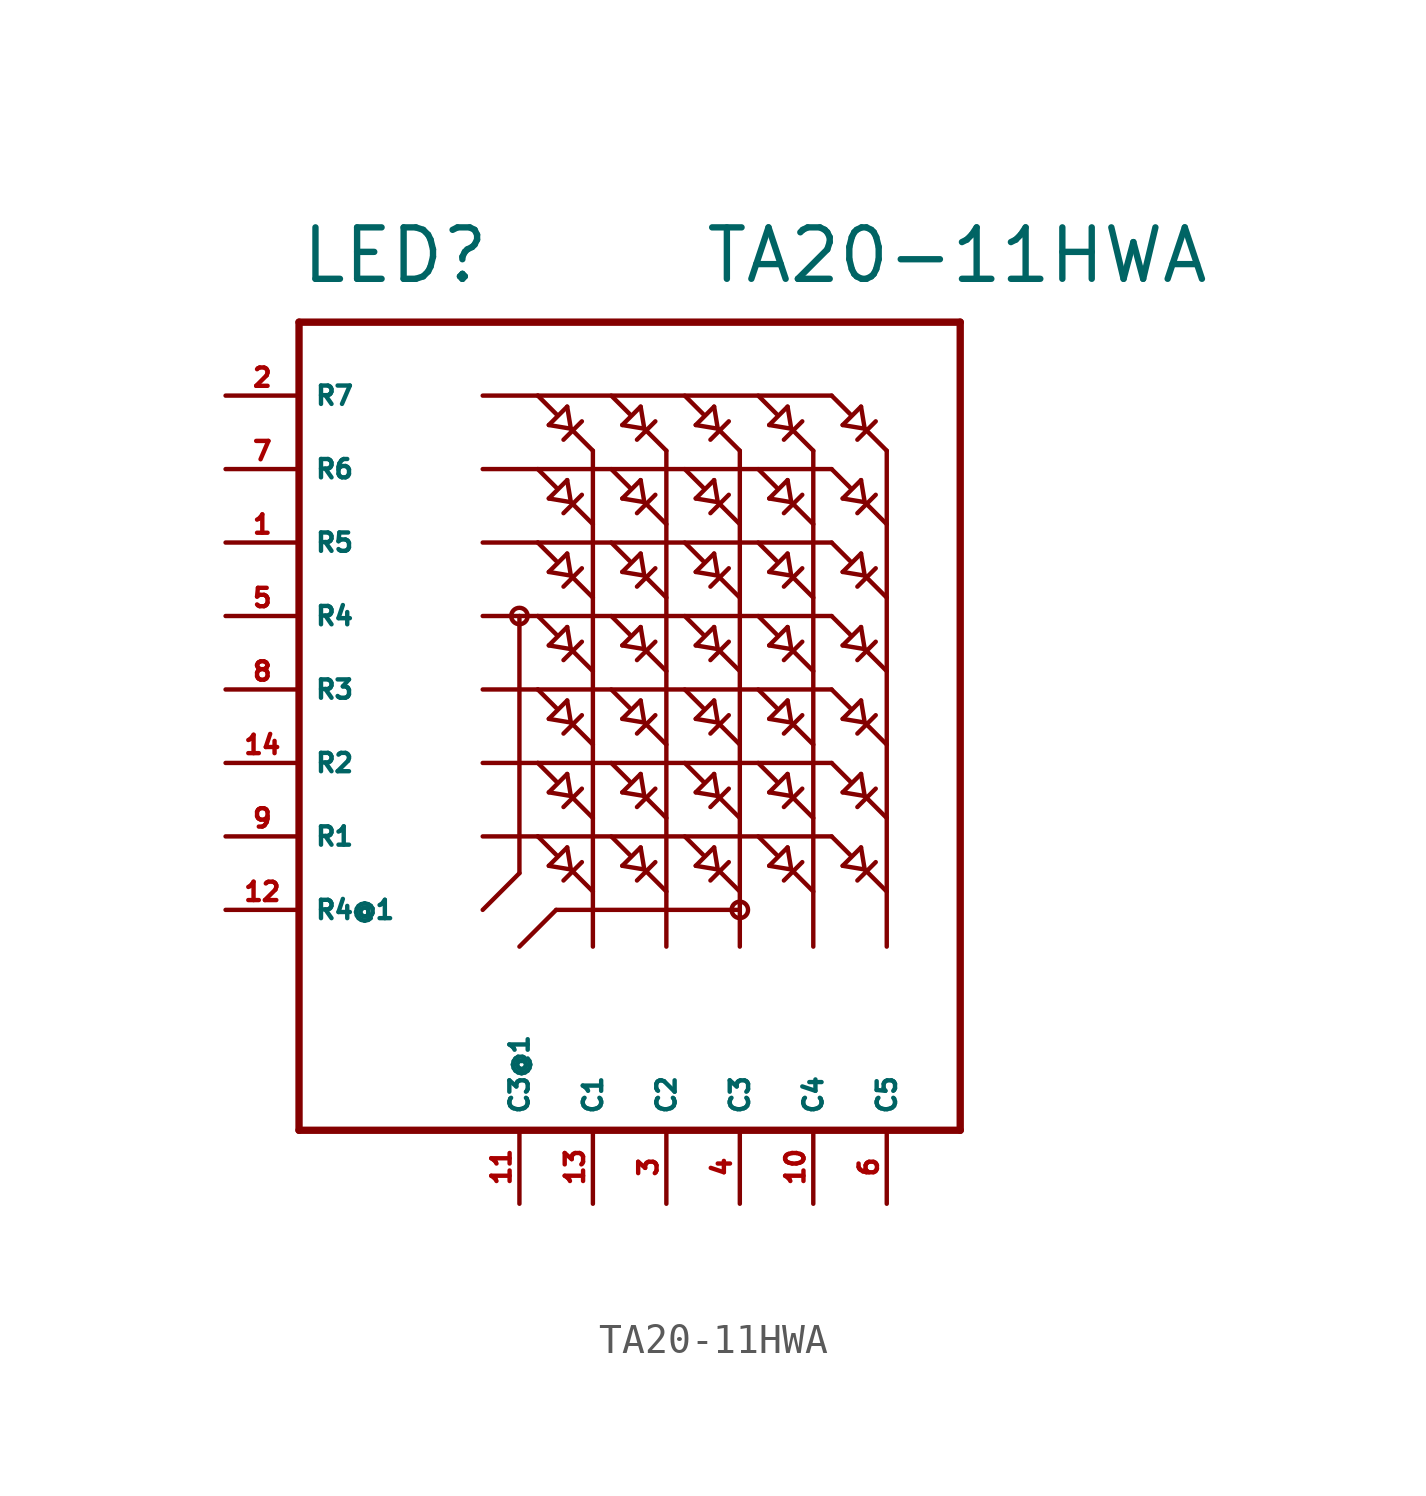
<source format=kicad_sym>
(kicad_symbol_lib
  (version 20220914)
  (generator Eagle2Kicad)
  (symbol "TA20-11HWA"
    (property "Reference" "LED"
      (at -12.7 13.97 0)
      (effects (font (size 1.778 1.778) (thickness 0.22)) (justify left bottom)))
    (property "Value" "TA20-11HWA"
      (at 1.27 13.97 0)
      (effects (font (size 1.778 1.778) (thickness 0.22)) (justify left bottom)))
    (polyline
      (pts (xy -6.35 10.16) (xy -4.445 10.16))
      (stroke (width 0.152) (type default))
      (fill (type none)))
    (polyline
      (pts (xy -4.445 10.16) (xy 5.715 10.16))
      (stroke (width 0.152) (type default))
      (fill (type none)))
    (polyline
      (pts (xy -3.302 9.017) (xy -2.54 8.255))
      (stroke (width 0.152) (type default))
      (fill (type none)))
    (polyline
      (pts (xy -3.556 8.636) (xy -2.921 9.271))
      (stroke (width 0.152) (type default))
      (fill (type none)))
    (polyline
      (pts (xy -3.429 9.779) (xy -4.064 9.144))
      (stroke (width 0.152) (type default))
      (fill (type none)))
    (polyline
      (pts (xy -4.064 9.144) (xy -3.302 9.017))
      (stroke (width 0.152) (type default))
      (fill (type none)))
    (polyline
      (pts (xy -3.302 9.017) (xy -3.429 9.779))
      (stroke (width 0.152) (type default))
      (fill (type none)))
    (polyline
      (pts (xy -4.445 10.16) (xy -3.81 9.525))
      (stroke (width 0.152) (type default))
      (fill (type none)))
    (polyline
      (pts (xy -2.54 8.255) (xy -2.54 -8.89))
      (stroke (width 0.152) (type default))
      (fill (type none)))
    (polyline
      (pts (xy -12.7 -15.24) (xy 10.16 -15.24))
      (stroke (width 0.254) (type default))
      (fill (type none)))
    (polyline
      (pts (xy 10.16 -15.24) (xy 10.16 12.7))
      (stroke (width 0.254) (type default))
      (fill (type none)))
    (polyline
      (pts (xy 10.16 12.7) (xy -12.7 12.7))
      (stroke (width 0.254) (type default))
      (fill (type none)))
    (polyline
      (pts (xy -12.7 12.7) (xy -12.7 -15.24))
      (stroke (width 0.254) (type default))
      (fill (type none)))
    (polyline
      (pts (xy -0.762 9.017) (xy 0 8.255))
      (stroke (width 0.152) (type default))
      (fill (type none)))
    (polyline
      (pts (xy -1.016 8.636) (xy -0.381 9.271))
      (stroke (width 0.152) (type default))
      (fill (type none)))
    (polyline
      (pts (xy -0.889 9.779) (xy -1.524 9.144))
      (stroke (width 0.152) (type default))
      (fill (type none)))
    (polyline
      (pts (xy -1.524 9.144) (xy -0.762 9.017))
      (stroke (width 0.152) (type default))
      (fill (type none)))
    (polyline
      (pts (xy -0.762 9.017) (xy -0.889 9.779))
      (stroke (width 0.152) (type default))
      (fill (type none)))
    (polyline
      (pts (xy -1.905 10.16) (xy -1.27 9.525))
      (stroke (width 0.152) (type default))
      (fill (type none)))
    (polyline
      (pts (xy 0 8.255) (xy 0 -8.89))
      (stroke (width 0.152) (type default))
      (fill (type none)))
    (polyline
      (pts (xy 1.778 9.017) (xy 2.54 8.255))
      (stroke (width 0.152) (type default))
      (fill (type none)))
    (polyline
      (pts (xy 1.524 8.636) (xy 2.159 9.271))
      (stroke (width 0.152) (type default))
      (fill (type none)))
    (polyline
      (pts (xy 1.651 9.779) (xy 1.016 9.144))
      (stroke (width 0.152) (type default))
      (fill (type none)))
    (polyline
      (pts (xy 1.016 9.144) (xy 1.778 9.017))
      (stroke (width 0.152) (type default))
      (fill (type none)))
    (polyline
      (pts (xy 1.778 9.017) (xy 1.651 9.779))
      (stroke (width 0.152) (type default))
      (fill (type none)))
    (polyline
      (pts (xy 0.635 10.16) (xy 1.27 9.525))
      (stroke (width 0.152) (type default))
      (fill (type none)))
    (polyline
      (pts (xy 2.54 8.255) (xy 2.54 -7.62))
      (stroke (width 0.152) (type default))
      (fill (type none)))
    (polyline
      (pts (xy 2.54 -7.62) (xy 2.54 -8.89))
      (stroke (width 0.152) (type default))
      (fill (type none)))
    (polyline
      (pts (xy 4.318 9.017) (xy 5.08 8.255))
      (stroke (width 0.152) (type default))
      (fill (type none)))
    (polyline
      (pts (xy 4.064 8.636) (xy 4.699 9.271))
      (stroke (width 0.152) (type default))
      (fill (type none)))
    (polyline
      (pts (xy 4.191 9.779) (xy 3.556 9.144))
      (stroke (width 0.152) (type default))
      (fill (type none)))
    (polyline
      (pts (xy 3.556 9.144) (xy 4.318 9.017))
      (stroke (width 0.152) (type default))
      (fill (type none)))
    (polyline
      (pts (xy 4.318 9.017) (xy 4.191 9.779))
      (stroke (width 0.152) (type default))
      (fill (type none)))
    (polyline
      (pts (xy 3.175 10.16) (xy 3.81 9.525))
      (stroke (width 0.152) (type default))
      (fill (type none)))
    (polyline
      (pts (xy 5.08 8.255) (xy 5.08 -8.89))
      (stroke (width 0.152) (type default))
      (fill (type none)))
    (polyline
      (pts (xy 6.858 9.017) (xy 7.62 8.255))
      (stroke (width 0.152) (type default))
      (fill (type none)))
    (polyline
      (pts (xy 6.604 8.636) (xy 7.239 9.271))
      (stroke (width 0.152) (type default))
      (fill (type none)))
    (polyline
      (pts (xy 6.731 9.779) (xy 6.096 9.144))
      (stroke (width 0.152) (type default))
      (fill (type none)))
    (polyline
      (pts (xy 6.096 9.144) (xy 6.858 9.017))
      (stroke (width 0.152) (type default))
      (fill (type none)))
    (polyline
      (pts (xy 6.858 9.017) (xy 6.731 9.779))
      (stroke (width 0.152) (type default))
      (fill (type none)))
    (polyline
      (pts (xy 5.715 10.16) (xy 6.35 9.525))
      (stroke (width 0.152) (type default))
      (fill (type none)))
    (polyline
      (pts (xy 7.62 8.255) (xy 7.62 -8.89))
      (stroke (width 0.152) (type default))
      (fill (type none)))
    (polyline
      (pts (xy -6.35 7.62) (xy -4.445 7.62))
      (stroke (width 0.152) (type default))
      (fill (type none)))
    (polyline
      (pts (xy -4.445 7.62) (xy 5.715 7.62))
      (stroke (width 0.152) (type default))
      (fill (type none)))
    (polyline
      (pts (xy -3.302 6.477) (xy -2.54 5.715))
      (stroke (width 0.152) (type default))
      (fill (type none)))
    (polyline
      (pts (xy -3.556 6.096) (xy -2.921 6.731))
      (stroke (width 0.152) (type default))
      (fill (type none)))
    (polyline
      (pts (xy -3.429 7.239) (xy -4.064 6.604))
      (stroke (width 0.152) (type default))
      (fill (type none)))
    (polyline
      (pts (xy -4.064 6.604) (xy -3.302 6.477))
      (stroke (width 0.152) (type default))
      (fill (type none)))
    (polyline
      (pts (xy -3.302 6.477) (xy -3.429 7.239))
      (stroke (width 0.152) (type default))
      (fill (type none)))
    (polyline
      (pts (xy -4.445 7.62) (xy -3.81 6.985))
      (stroke (width 0.152) (type default))
      (fill (type none)))
    (polyline
      (pts (xy -0.762 6.477) (xy 0 5.715))
      (stroke (width 0.152) (type default))
      (fill (type none)))
    (polyline
      (pts (xy -1.016 6.096) (xy -0.381 6.731))
      (stroke (width 0.152) (type default))
      (fill (type none)))
    (polyline
      (pts (xy -0.889 7.239) (xy -1.524 6.604))
      (stroke (width 0.152) (type default))
      (fill (type none)))
    (polyline
      (pts (xy -1.524 6.604) (xy -0.762 6.477))
      (stroke (width 0.152) (type default))
      (fill (type none)))
    (polyline
      (pts (xy -0.762 6.477) (xy -0.889 7.239))
      (stroke (width 0.152) (type default))
      (fill (type none)))
    (polyline
      (pts (xy -1.905 7.62) (xy -1.27 6.985))
      (stroke (width 0.152) (type default))
      (fill (type none)))
    (polyline
      (pts (xy 1.778 6.477) (xy 2.54 5.715))
      (stroke (width 0.152) (type default))
      (fill (type none)))
    (polyline
      (pts (xy 1.524 6.096) (xy 2.159 6.731))
      (stroke (width 0.152) (type default))
      (fill (type none)))
    (polyline
      (pts (xy 1.651 7.239) (xy 1.016 6.604))
      (stroke (width 0.152) (type default))
      (fill (type none)))
    (polyline
      (pts (xy 1.016 6.604) (xy 1.778 6.477))
      (stroke (width 0.152) (type default))
      (fill (type none)))
    (polyline
      (pts (xy 1.778 6.477) (xy 1.651 7.239))
      (stroke (width 0.152) (type default))
      (fill (type none)))
    (polyline
      (pts (xy 0.635 7.62) (xy 1.27 6.985))
      (stroke (width 0.152) (type default))
      (fill (type none)))
    (polyline
      (pts (xy 4.318 6.477) (xy 5.08 5.715))
      (stroke (width 0.152) (type default))
      (fill (type none)))
    (polyline
      (pts (xy 4.064 6.096) (xy 4.699 6.731))
      (stroke (width 0.152) (type default))
      (fill (type none)))
    (polyline
      (pts (xy 4.191 7.239) (xy 3.556 6.604))
      (stroke (width 0.152) (type default))
      (fill (type none)))
    (polyline
      (pts (xy 3.556 6.604) (xy 4.318 6.477))
      (stroke (width 0.152) (type default))
      (fill (type none)))
    (polyline
      (pts (xy 4.318 6.477) (xy 4.191 7.239))
      (stroke (width 0.152) (type default))
      (fill (type none)))
    (polyline
      (pts (xy 3.175 7.62) (xy 3.81 6.985))
      (stroke (width 0.152) (type default))
      (fill (type none)))
    (polyline
      (pts (xy 6.858 6.477) (xy 7.62 5.715))
      (stroke (width 0.152) (type default))
      (fill (type none)))
    (polyline
      (pts (xy 6.604 6.096) (xy 7.239 6.731))
      (stroke (width 0.152) (type default))
      (fill (type none)))
    (polyline
      (pts (xy 6.731 7.239) (xy 6.096 6.604))
      (stroke (width 0.152) (type default))
      (fill (type none)))
    (polyline
      (pts (xy 6.096 6.604) (xy 6.858 6.477))
      (stroke (width 0.152) (type default))
      (fill (type none)))
    (polyline
      (pts (xy 6.858 6.477) (xy 6.731 7.239))
      (stroke (width 0.152) (type default))
      (fill (type none)))
    (polyline
      (pts (xy 5.715 7.62) (xy 6.35 6.985))
      (stroke (width 0.152) (type default))
      (fill (type none)))
    (polyline
      (pts (xy -6.35 5.08) (xy -4.445 5.08))
      (stroke (width 0.152) (type default))
      (fill (type none)))
    (polyline
      (pts (xy -4.445 5.08) (xy 5.715 5.08))
      (stroke (width 0.152) (type default))
      (fill (type none)))
    (polyline
      (pts (xy -3.302 3.937) (xy -2.54 3.175))
      (stroke (width 0.152) (type default))
      (fill (type none)))
    (polyline
      (pts (xy -3.556 3.556) (xy -2.921 4.191))
      (stroke (width 0.152) (type default))
      (fill (type none)))
    (polyline
      (pts (xy -3.429 4.699) (xy -4.064 4.064))
      (stroke (width 0.152) (type default))
      (fill (type none)))
    (polyline
      (pts (xy -4.064 4.064) (xy -3.302 3.937))
      (stroke (width 0.152) (type default))
      (fill (type none)))
    (polyline
      (pts (xy -3.302 3.937) (xy -3.429 4.699))
      (stroke (width 0.152) (type default))
      (fill (type none)))
    (polyline
      (pts (xy -4.445 5.08) (xy -3.81 4.445))
      (stroke (width 0.152) (type default))
      (fill (type none)))
    (polyline
      (pts (xy -0.762 3.937) (xy 0 3.175))
      (stroke (width 0.152) (type default))
      (fill (type none)))
    (polyline
      (pts (xy -1.016 3.556) (xy -0.381 4.191))
      (stroke (width 0.152) (type default))
      (fill (type none)))
    (polyline
      (pts (xy -0.889 4.699) (xy -1.524 4.064))
      (stroke (width 0.152) (type default))
      (fill (type none)))
    (polyline
      (pts (xy -1.524 4.064) (xy -0.762 3.937))
      (stroke (width 0.152) (type default))
      (fill (type none)))
    (polyline
      (pts (xy -0.762 3.937) (xy -0.889 4.699))
      (stroke (width 0.152) (type default))
      (fill (type none)))
    (polyline
      (pts (xy -1.905 5.08) (xy -1.27 4.445))
      (stroke (width 0.152) (type default))
      (fill (type none)))
    (polyline
      (pts (xy 1.778 3.937) (xy 2.54 3.175))
      (stroke (width 0.152) (type default))
      (fill (type none)))
    (polyline
      (pts (xy 1.524 3.556) (xy 2.159 4.191))
      (stroke (width 0.152) (type default))
      (fill (type none)))
    (polyline
      (pts (xy 1.651 4.699) (xy 1.016 4.064))
      (stroke (width 0.152) (type default))
      (fill (type none)))
    (polyline
      (pts (xy 1.016 4.064) (xy 1.778 3.937))
      (stroke (width 0.152) (type default))
      (fill (type none)))
    (polyline
      (pts (xy 1.778 3.937) (xy 1.651 4.699))
      (stroke (width 0.152) (type default))
      (fill (type none)))
    (polyline
      (pts (xy 0.635 5.08) (xy 1.27 4.445))
      (stroke (width 0.152) (type default))
      (fill (type none)))
    (polyline
      (pts (xy 4.318 3.937) (xy 5.08 3.175))
      (stroke (width 0.152) (type default))
      (fill (type none)))
    (polyline
      (pts (xy 4.064 3.556) (xy 4.699 4.191))
      (stroke (width 0.152) (type default))
      (fill (type none)))
    (polyline
      (pts (xy 4.191 4.699) (xy 3.556 4.064))
      (stroke (width 0.152) (type default))
      (fill (type none)))
    (polyline
      (pts (xy 3.556 4.064) (xy 4.318 3.937))
      (stroke (width 0.152) (type default))
      (fill (type none)))
    (polyline
      (pts (xy 4.318 3.937) (xy 4.191 4.699))
      (stroke (width 0.152) (type default))
      (fill (type none)))
    (polyline
      (pts (xy 3.175 5.08) (xy 3.81 4.445))
      (stroke (width 0.152) (type default))
      (fill (type none)))
    (polyline
      (pts (xy 6.858 3.937) (xy 7.62 3.175))
      (stroke (width 0.152) (type default))
      (fill (type none)))
    (polyline
      (pts (xy 6.604 3.556) (xy 7.239 4.191))
      (stroke (width 0.152) (type default))
      (fill (type none)))
    (polyline
      (pts (xy 6.731 4.699) (xy 6.096 4.064))
      (stroke (width 0.152) (type default))
      (fill (type none)))
    (polyline
      (pts (xy 6.096 4.064) (xy 6.858 3.937))
      (stroke (width 0.152) (type default))
      (fill (type none)))
    (polyline
      (pts (xy 6.858 3.937) (xy 6.731 4.699))
      (stroke (width 0.152) (type default))
      (fill (type none)))
    (polyline
      (pts (xy 5.715 5.08) (xy 6.35 4.445))
      (stroke (width 0.152) (type default))
      (fill (type none)))
    (polyline
      (pts (xy -6.35 2.54) (xy -5.08 2.54))
      (stroke (width 0.152) (type default))
      (fill (type none)))
    (polyline
      (pts (xy -5.08 2.54) (xy -4.445 2.54))
      (stroke (width 0.152) (type default))
      (fill (type none)))
    (polyline
      (pts (xy -4.445 2.54) (xy 5.715 2.54))
      (stroke (width 0.152) (type default))
      (fill (type none)))
    (polyline
      (pts (xy -3.302 1.397) (xy -2.54 0.635))
      (stroke (width 0.152) (type default))
      (fill (type none)))
    (polyline
      (pts (xy -3.556 1.016) (xy -2.921 1.651))
      (stroke (width 0.152) (type default))
      (fill (type none)))
    (polyline
      (pts (xy -3.429 2.159) (xy -4.064 1.524))
      (stroke (width 0.152) (type default))
      (fill (type none)))
    (polyline
      (pts (xy -4.064 1.524) (xy -3.302 1.397))
      (stroke (width 0.152) (type default))
      (fill (type none)))
    (polyline
      (pts (xy -3.302 1.397) (xy -3.429 2.159))
      (stroke (width 0.152) (type default))
      (fill (type none)))
    (polyline
      (pts (xy -4.445 2.54) (xy -3.81 1.905))
      (stroke (width 0.152) (type default))
      (fill (type none)))
    (polyline
      (pts (xy -0.762 1.397) (xy 0 0.635))
      (stroke (width 0.152) (type default))
      (fill (type none)))
    (polyline
      (pts (xy -1.016 1.016) (xy -0.381 1.651))
      (stroke (width 0.152) (type default))
      (fill (type none)))
    (polyline
      (pts (xy -0.889 2.159) (xy -1.524 1.524))
      (stroke (width 0.152) (type default))
      (fill (type none)))
    (polyline
      (pts (xy -1.524 1.524) (xy -0.762 1.397))
      (stroke (width 0.152) (type default))
      (fill (type none)))
    (polyline
      (pts (xy -0.762 1.397) (xy -0.889 2.159))
      (stroke (width 0.152) (type default))
      (fill (type none)))
    (polyline
      (pts (xy -1.905 2.54) (xy -1.27 1.905))
      (stroke (width 0.152) (type default))
      (fill (type none)))
    (polyline
      (pts (xy 1.778 1.397) (xy 2.54 0.635))
      (stroke (width 0.152) (type default))
      (fill (type none)))
    (polyline
      (pts (xy 1.524 1.016) (xy 2.159 1.651))
      (stroke (width 0.152) (type default))
      (fill (type none)))
    (polyline
      (pts (xy 1.651 2.159) (xy 1.016 1.524))
      (stroke (width 0.152) (type default))
      (fill (type none)))
    (polyline
      (pts (xy 1.016 1.524) (xy 1.778 1.397))
      (stroke (width 0.152) (type default))
      (fill (type none)))
    (polyline
      (pts (xy 1.778 1.397) (xy 1.651 2.159))
      (stroke (width 0.152) (type default))
      (fill (type none)))
    (polyline
      (pts (xy 0.635 2.54) (xy 1.27 1.905))
      (stroke (width 0.152) (type default))
      (fill (type none)))
    (polyline
      (pts (xy 4.318 1.397) (xy 5.08 0.635))
      (stroke (width 0.152) (type default))
      (fill (type none)))
    (polyline
      (pts (xy 4.064 1.016) (xy 4.699 1.651))
      (stroke (width 0.152) (type default))
      (fill (type none)))
    (polyline
      (pts (xy 4.191 2.159) (xy 3.556 1.524))
      (stroke (width 0.152) (type default))
      (fill (type none)))
    (polyline
      (pts (xy 3.556 1.524) (xy 4.318 1.397))
      (stroke (width 0.152) (type default))
      (fill (type none)))
    (polyline
      (pts (xy 4.318 1.397) (xy 4.191 2.159))
      (stroke (width 0.152) (type default))
      (fill (type none)))
    (polyline
      (pts (xy 3.175 2.54) (xy 3.81 1.905))
      (stroke (width 0.152) (type default))
      (fill (type none)))
    (polyline
      (pts (xy 6.858 1.397) (xy 7.62 0.635))
      (stroke (width 0.152) (type default))
      (fill (type none)))
    (polyline
      (pts (xy 6.604 1.016) (xy 7.239 1.651))
      (stroke (width 0.152) (type default))
      (fill (type none)))
    (polyline
      (pts (xy 6.731 2.159) (xy 6.096 1.524))
      (stroke (width 0.152) (type default))
      (fill (type none)))
    (polyline
      (pts (xy 6.096 1.524) (xy 6.858 1.397))
      (stroke (width 0.152) (type default))
      (fill (type none)))
    (polyline
      (pts (xy 6.858 1.397) (xy 6.731 2.159))
      (stroke (width 0.152) (type default))
      (fill (type none)))
    (polyline
      (pts (xy 5.715 2.54) (xy 6.35 1.905))
      (stroke (width 0.152) (type default))
      (fill (type none)))
    (polyline
      (pts (xy -6.35 0) (xy -4.445 0))
      (stroke (width 0.152) (type default))
      (fill (type none)))
    (polyline
      (pts (xy -4.445 0) (xy 5.715 0))
      (stroke (width 0.152) (type default))
      (fill (type none)))
    (polyline
      (pts (xy -3.302 -1.143) (xy -2.54 -1.905))
      (stroke (width 0.152) (type default))
      (fill (type none)))
    (polyline
      (pts (xy -3.556 -1.524) (xy -2.921 -0.889))
      (stroke (width 0.152) (type default))
      (fill (type none)))
    (polyline
      (pts (xy -3.429 -0.381) (xy -4.064 -1.016))
      (stroke (width 0.152) (type default))
      (fill (type none)))
    (polyline
      (pts (xy -4.064 -1.016) (xy -3.302 -1.143))
      (stroke (width 0.152) (type default))
      (fill (type none)))
    (polyline
      (pts (xy -3.302 -1.143) (xy -3.429 -0.381))
      (stroke (width 0.152) (type default))
      (fill (type none)))
    (polyline
      (pts (xy -4.445 0) (xy -3.81 -0.635))
      (stroke (width 0.152) (type default))
      (fill (type none)))
    (polyline
      (pts (xy -0.762 -1.143) (xy 0 -1.905))
      (stroke (width 0.152) (type default))
      (fill (type none)))
    (polyline
      (pts (xy -1.016 -1.524) (xy -0.381 -0.889))
      (stroke (width 0.152) (type default))
      (fill (type none)))
    (polyline
      (pts (xy -0.889 -0.381) (xy -1.524 -1.016))
      (stroke (width 0.152) (type default))
      (fill (type none)))
    (polyline
      (pts (xy -1.524 -1.016) (xy -0.762 -1.143))
      (stroke (width 0.152) (type default))
      (fill (type none)))
    (polyline
      (pts (xy -0.762 -1.143) (xy -0.889 -0.381))
      (stroke (width 0.152) (type default))
      (fill (type none)))
    (polyline
      (pts (xy -1.905 0) (xy -1.27 -0.635))
      (stroke (width 0.152) (type default))
      (fill (type none)))
    (polyline
      (pts (xy 1.778 -1.143) (xy 2.54 -1.905))
      (stroke (width 0.152) (type default))
      (fill (type none)))
    (polyline
      (pts (xy 1.524 -1.524) (xy 2.159 -0.889))
      (stroke (width 0.152) (type default))
      (fill (type none)))
    (polyline
      (pts (xy 1.651 -0.381) (xy 1.016 -1.016))
      (stroke (width 0.152) (type default))
      (fill (type none)))
    (polyline
      (pts (xy 1.016 -1.016) (xy 1.778 -1.143))
      (stroke (width 0.152) (type default))
      (fill (type none)))
    (polyline
      (pts (xy 1.778 -1.143) (xy 1.651 -0.381))
      (stroke (width 0.152) (type default))
      (fill (type none)))
    (polyline
      (pts (xy 0.635 0) (xy 1.27 -0.635))
      (stroke (width 0.152) (type default))
      (fill (type none)))
    (polyline
      (pts (xy 4.318 -1.143) (xy 5.08 -1.905))
      (stroke (width 0.152) (type default))
      (fill (type none)))
    (polyline
      (pts (xy 4.064 -1.524) (xy 4.699 -0.889))
      (stroke (width 0.152) (type default))
      (fill (type none)))
    (polyline
      (pts (xy 4.191 -0.381) (xy 3.556 -1.016))
      (stroke (width 0.152) (type default))
      (fill (type none)))
    (polyline
      (pts (xy 3.556 -1.016) (xy 4.318 -1.143))
      (stroke (width 0.152) (type default))
      (fill (type none)))
    (polyline
      (pts (xy 4.318 -1.143) (xy 4.191 -0.381))
      (stroke (width 0.152) (type default))
      (fill (type none)))
    (polyline
      (pts (xy 3.175 0) (xy 3.81 -0.635))
      (stroke (width 0.152) (type default))
      (fill (type none)))
    (polyline
      (pts (xy 6.858 -1.143) (xy 7.62 -1.905))
      (stroke (width 0.152) (type default))
      (fill (type none)))
    (polyline
      (pts (xy 6.604 -1.524) (xy 7.239 -0.889))
      (stroke (width 0.152) (type default))
      (fill (type none)))
    (polyline
      (pts (xy 6.731 -0.381) (xy 6.096 -1.016))
      (stroke (width 0.152) (type default))
      (fill (type none)))
    (polyline
      (pts (xy 6.096 -1.016) (xy 6.858 -1.143))
      (stroke (width 0.152) (type default))
      (fill (type none)))
    (polyline
      (pts (xy 6.858 -1.143) (xy 6.731 -0.381))
      (stroke (width 0.152) (type default))
      (fill (type none)))
    (polyline
      (pts (xy 5.715 0) (xy 6.35 -0.635))
      (stroke (width 0.152) (type default))
      (fill (type none)))
    (polyline
      (pts (xy -6.35 -2.54) (xy -4.445 -2.54))
      (stroke (width 0.152) (type default))
      (fill (type none)))
    (polyline
      (pts (xy -4.445 -2.54) (xy 5.715 -2.54))
      (stroke (width 0.152) (type default))
      (fill (type none)))
    (polyline
      (pts (xy -3.302 -3.683) (xy -2.54 -4.445))
      (stroke (width 0.152) (type default))
      (fill (type none)))
    (polyline
      (pts (xy -3.556 -4.064) (xy -2.921 -3.429))
      (stroke (width 0.152) (type default))
      (fill (type none)))
    (polyline
      (pts (xy -3.429 -2.921) (xy -4.064 -3.556))
      (stroke (width 0.152) (type default))
      (fill (type none)))
    (polyline
      (pts (xy -4.064 -3.556) (xy -3.302 -3.683))
      (stroke (width 0.152) (type default))
      (fill (type none)))
    (polyline
      (pts (xy -3.302 -3.683) (xy -3.429 -2.921))
      (stroke (width 0.152) (type default))
      (fill (type none)))
    (polyline
      (pts (xy -4.445 -2.54) (xy -3.81 -3.175))
      (stroke (width 0.152) (type default))
      (fill (type none)))
    (polyline
      (pts (xy -0.762 -3.683) (xy 0 -4.445))
      (stroke (width 0.152) (type default))
      (fill (type none)))
    (polyline
      (pts (xy -1.016 -4.064) (xy -0.381 -3.429))
      (stroke (width 0.152) (type default))
      (fill (type none)))
    (polyline
      (pts (xy -0.889 -2.921) (xy -1.524 -3.556))
      (stroke (width 0.152) (type default))
      (fill (type none)))
    (polyline
      (pts (xy -1.524 -3.556) (xy -0.762 -3.683))
      (stroke (width 0.152) (type default))
      (fill (type none)))
    (polyline
      (pts (xy -0.762 -3.683) (xy -0.889 -2.921))
      (stroke (width 0.152) (type default))
      (fill (type none)))
    (polyline
      (pts (xy -1.905 -2.54) (xy -1.27 -3.175))
      (stroke (width 0.152) (type default))
      (fill (type none)))
    (polyline
      (pts (xy 1.778 -3.683) (xy 2.54 -4.445))
      (stroke (width 0.152) (type default))
      (fill (type none)))
    (polyline
      (pts (xy 1.524 -4.064) (xy 2.159 -3.429))
      (stroke (width 0.152) (type default))
      (fill (type none)))
    (polyline
      (pts (xy 1.651 -2.921) (xy 1.016 -3.556))
      (stroke (width 0.152) (type default))
      (fill (type none)))
    (polyline
      (pts (xy 1.016 -3.556) (xy 1.778 -3.683))
      (stroke (width 0.152) (type default))
      (fill (type none)))
    (polyline
      (pts (xy 1.778 -3.683) (xy 1.651 -2.921))
      (stroke (width 0.152) (type default))
      (fill (type none)))
    (polyline
      (pts (xy 0.635 -2.54) (xy 1.27 -3.175))
      (stroke (width 0.152) (type default))
      (fill (type none)))
    (polyline
      (pts (xy 4.318 -3.683) (xy 5.08 -4.445))
      (stroke (width 0.152) (type default))
      (fill (type none)))
    (polyline
      (pts (xy 4.064 -4.064) (xy 4.699 -3.429))
      (stroke (width 0.152) (type default))
      (fill (type none)))
    (polyline
      (pts (xy 4.191 -2.921) (xy 3.556 -3.556))
      (stroke (width 0.152) (type default))
      (fill (type none)))
    (polyline
      (pts (xy 3.556 -3.556) (xy 4.318 -3.683))
      (stroke (width 0.152) (type default))
      (fill (type none)))
    (polyline
      (pts (xy 4.318 -3.683) (xy 4.191 -2.921))
      (stroke (width 0.152) (type default))
      (fill (type none)))
    (polyline
      (pts (xy 3.175 -2.54) (xy 3.81 -3.175))
      (stroke (width 0.152) (type default))
      (fill (type none)))
    (polyline
      (pts (xy 6.858 -3.683) (xy 7.62 -4.445))
      (stroke (width 0.152) (type default))
      (fill (type none)))
    (polyline
      (pts (xy 6.604 -4.064) (xy 7.239 -3.429))
      (stroke (width 0.152) (type default))
      (fill (type none)))
    (polyline
      (pts (xy 6.731 -2.921) (xy 6.096 -3.556))
      (stroke (width 0.152) (type default))
      (fill (type none)))
    (polyline
      (pts (xy 6.096 -3.556) (xy 6.858 -3.683))
      (stroke (width 0.152) (type default))
      (fill (type none)))
    (polyline
      (pts (xy 6.858 -3.683) (xy 6.731 -2.921))
      (stroke (width 0.152) (type default))
      (fill (type none)))
    (polyline
      (pts (xy 5.715 -2.54) (xy 6.35 -3.175))
      (stroke (width 0.152) (type default))
      (fill (type none)))
    (polyline
      (pts (xy -6.35 -5.08) (xy -4.445 -5.08))
      (stroke (width 0.152) (type default))
      (fill (type none)))
    (polyline
      (pts (xy -4.445 -5.08) (xy 5.715 -5.08))
      (stroke (width 0.152) (type default))
      (fill (type none)))
    (polyline
      (pts (xy -3.302 -6.223) (xy -2.54 -6.985))
      (stroke (width 0.152) (type default))
      (fill (type none)))
    (polyline
      (pts (xy -3.556 -6.604) (xy -2.921 -5.969))
      (stroke (width 0.152) (type default))
      (fill (type none)))
    (polyline
      (pts (xy -3.429 -5.461) (xy -4.064 -6.096))
      (stroke (width 0.152) (type default))
      (fill (type none)))
    (polyline
      (pts (xy -4.064 -6.096) (xy -3.302 -6.223))
      (stroke (width 0.152) (type default))
      (fill (type none)))
    (polyline
      (pts (xy -3.302 -6.223) (xy -3.429 -5.461))
      (stroke (width 0.152) (type default))
      (fill (type none)))
    (polyline
      (pts (xy -4.445 -5.08) (xy -3.81 -5.715))
      (stroke (width 0.152) (type default))
      (fill (type none)))
    (polyline
      (pts (xy -0.762 -6.223) (xy 0 -6.985))
      (stroke (width 0.152) (type default))
      (fill (type none)))
    (polyline
      (pts (xy -1.016 -6.604) (xy -0.381 -5.969))
      (stroke (width 0.152) (type default))
      (fill (type none)))
    (polyline
      (pts (xy -0.889 -5.461) (xy -1.524 -6.096))
      (stroke (width 0.152) (type default))
      (fill (type none)))
    (polyline
      (pts (xy -1.524 -6.096) (xy -0.762 -6.223))
      (stroke (width 0.152) (type default))
      (fill (type none)))
    (polyline
      (pts (xy -0.762 -6.223) (xy -0.889 -5.461))
      (stroke (width 0.152) (type default))
      (fill (type none)))
    (polyline
      (pts (xy -1.905 -5.08) (xy -1.27 -5.715))
      (stroke (width 0.152) (type default))
      (fill (type none)))
    (polyline
      (pts (xy 1.778 -6.223) (xy 2.54 -6.985))
      (stroke (width 0.152) (type default))
      (fill (type none)))
    (polyline
      (pts (xy 1.524 -6.604) (xy 2.159 -5.969))
      (stroke (width 0.152) (type default))
      (fill (type none)))
    (polyline
      (pts (xy 1.651 -5.461) (xy 1.016 -6.096))
      (stroke (width 0.152) (type default))
      (fill (type none)))
    (polyline
      (pts (xy 1.016 -6.096) (xy 1.778 -6.223))
      (stroke (width 0.152) (type default))
      (fill (type none)))
    (polyline
      (pts (xy 1.778 -6.223) (xy 1.651 -5.461))
      (stroke (width 0.152) (type default))
      (fill (type none)))
    (polyline
      (pts (xy 0.635 -5.08) (xy 1.27 -5.715))
      (stroke (width 0.152) (type default))
      (fill (type none)))
    (polyline
      (pts (xy 4.318 -6.223) (xy 5.08 -6.985))
      (stroke (width 0.152) (type default))
      (fill (type none)))
    (polyline
      (pts (xy 4.064 -6.604) (xy 4.699 -5.969))
      (stroke (width 0.152) (type default))
      (fill (type none)))
    (polyline
      (pts (xy 4.191 -5.461) (xy 3.556 -6.096))
      (stroke (width 0.152) (type default))
      (fill (type none)))
    (polyline
      (pts (xy 3.556 -6.096) (xy 4.318 -6.223))
      (stroke (width 0.152) (type default))
      (fill (type none)))
    (polyline
      (pts (xy 4.318 -6.223) (xy 4.191 -5.461))
      (stroke (width 0.152) (type default))
      (fill (type none)))
    (polyline
      (pts (xy 3.175 -5.08) (xy 3.81 -5.715))
      (stroke (width 0.152) (type default))
      (fill (type none)))
    (polyline
      (pts (xy 6.858 -6.223) (xy 7.62 -6.985))
      (stroke (width 0.152) (type default))
      (fill (type none)))
    (polyline
      (pts (xy 6.604 -6.604) (xy 7.239 -5.969))
      (stroke (width 0.152) (type default))
      (fill (type none)))
    (polyline
      (pts (xy 6.731 -5.461) (xy 6.096 -6.096))
      (stroke (width 0.152) (type default))
      (fill (type none)))
    (polyline
      (pts (xy 6.096 -6.096) (xy 6.858 -6.223))
      (stroke (width 0.152) (type default))
      (fill (type none)))
    (polyline
      (pts (xy 6.858 -6.223) (xy 6.731 -5.461))
      (stroke (width 0.152) (type default))
      (fill (type none)))
    (polyline
      (pts (xy 5.715 -5.08) (xy 6.35 -5.715))
      (stroke (width 0.152) (type default))
      (fill (type none)))
    (polyline
      (pts (xy -6.35 -7.62) (xy -5.08 -6.35))
      (stroke (width 0.152) (type default))
      (fill (type none)))
    (polyline
      (pts (xy -5.08 -6.35) (xy -5.08 2.54))
      (stroke (width 0.152) (type default))
      (fill (type none)))
    (polyline
      (pts (xy -5.08 -8.89) (xy -3.81 -7.62))
      (stroke (width 0.152) (type default))
      (fill (type none)))
    (polyline
      (pts (xy -3.81 -7.62) (xy 2.54 -7.62))
      (stroke (width 0.152) (type default))
      (fill (type none)))
    (circle
      (center -5.08 2.54)
      (radius 0.284)
      (stroke (width 0) (type default))
      (fill (type none)))
    (circle
      (center 2.54 -7.62)
      (radius 0.284)
      (stroke (width 0) (type default))
      (fill (type none)))
    (pin passive line
      (at -15.24 -5.08 0)
      (length 2.54)
      (name "R1" (effects (font (size 0.635 0.635) (thickness 0.08)) (justify left bottom)))
      (number "9" (effects (font (size 0.635 0.635) (thickness 0.08)) (justify left bottom))))
    (pin passive line
      (at -15.24 -2.54 0)
      (length 2.54)
      (name "R2" (effects (font (size 0.635 0.635) (thickness 0.08)) (justify left bottom)))
      (number "14" (effects (font (size 0.635 0.635) (thickness 0.08)) (justify left bottom))))
    (pin passive line
      (at -15.24 0 0)
      (length 2.54)
      (name "R3" (effects (font (size 0.635 0.635) (thickness 0.08)) (justify left bottom)))
      (number "8" (effects (font (size 0.635 0.635) (thickness 0.08)) (justify left bottom))))
    (pin passive line
      (at -15.24 2.54 0)
      (length 2.54)
      (name "R4" (effects (font (size 0.635 0.635) (thickness 0.08)) (justify left bottom)))
      (number "5" (effects (font (size 0.635 0.635) (thickness 0.08)) (justify left bottom))))
    (pin passive line
      (at -15.24 5.08 0)
      (length 2.54)
      (name "R5" (effects (font (size 0.635 0.635) (thickness 0.08)) (justify left bottom)))
      (number "1" (effects (font (size 0.635 0.635) (thickness 0.08)) (justify left bottom))))
    (pin passive line
      (at -15.24 7.62 0)
      (length 2.54)
      (name "R6" (effects (font (size 0.635 0.635) (thickness 0.08)) (justify left bottom)))
      (number "7" (effects (font (size 0.635 0.635) (thickness 0.08)) (justify left bottom))))
    (pin passive line
      (at -15.24 10.16 0)
      (length 2.54)
      (name "R7" (effects (font (size 0.635 0.635) (thickness 0.08)) (justify left bottom)))
      (number "2" (effects (font (size 0.635 0.635) (thickness 0.08)) (justify left bottom))))
    (pin passive line
      (at -2.54 -17.78 90)
      (length 2.54)
      (name "C1" (effects (font (size 0.635 0.635) (thickness 0.08)) (justify left bottom)))
      (number "13" (effects (font (size 0.635 0.635) (thickness 0.08)) (justify left bottom))))
    (pin passive line
      (at 0 -17.78 90)
      (length 2.54)
      (name "C2" (effects (font (size 0.635 0.635) (thickness 0.08)) (justify left bottom)))
      (number "3" (effects (font (size 0.635 0.635) (thickness 0.08)) (justify left bottom))))
    (pin passive line
      (at 2.54 -17.78 90)
      (length 2.54)
      (name "C3" (effects (font (size 0.635 0.635) (thickness 0.08)) (justify left bottom)))
      (number "4" (effects (font (size 0.635 0.635) (thickness 0.08)) (justify left bottom))))
    (pin passive line
      (at 5.08 -17.78 90)
      (length 2.54)
      (name "C4" (effects (font (size 0.635 0.635) (thickness 0.08)) (justify left bottom)))
      (number "10" (effects (font (size 0.635 0.635) (thickness 0.08)) (justify left bottom))))
    (pin passive line
      (at 7.62 -17.78 90)
      (length 2.54)
      (name "C5" (effects (font (size 0.635 0.635) (thickness 0.08)) (justify left bottom)))
      (number "6" (effects (font (size 0.635 0.635) (thickness 0.08)) (justify left bottom))))
    (pin passive line
      (at -15.24 -7.62 0)
      (length 2.54)
      (name "R4@1" (effects (font (size 0.635 0.635) (thickness 0.08)) (justify left bottom)))
      (number "12" (effects (font (size 0.635 0.635) (thickness 0.08)) (justify left bottom))))
    (pin passive line
      (at -5.08 -17.78 90)
      (length 2.54)
      (name "C3@1" (effects (font (size 0.635 0.635) (thickness 0.08)) (justify left bottom)))
      (number "11" (effects (font (size 0.635 0.635) (thickness 0.08)) (justify left bottom))))))
</source>
